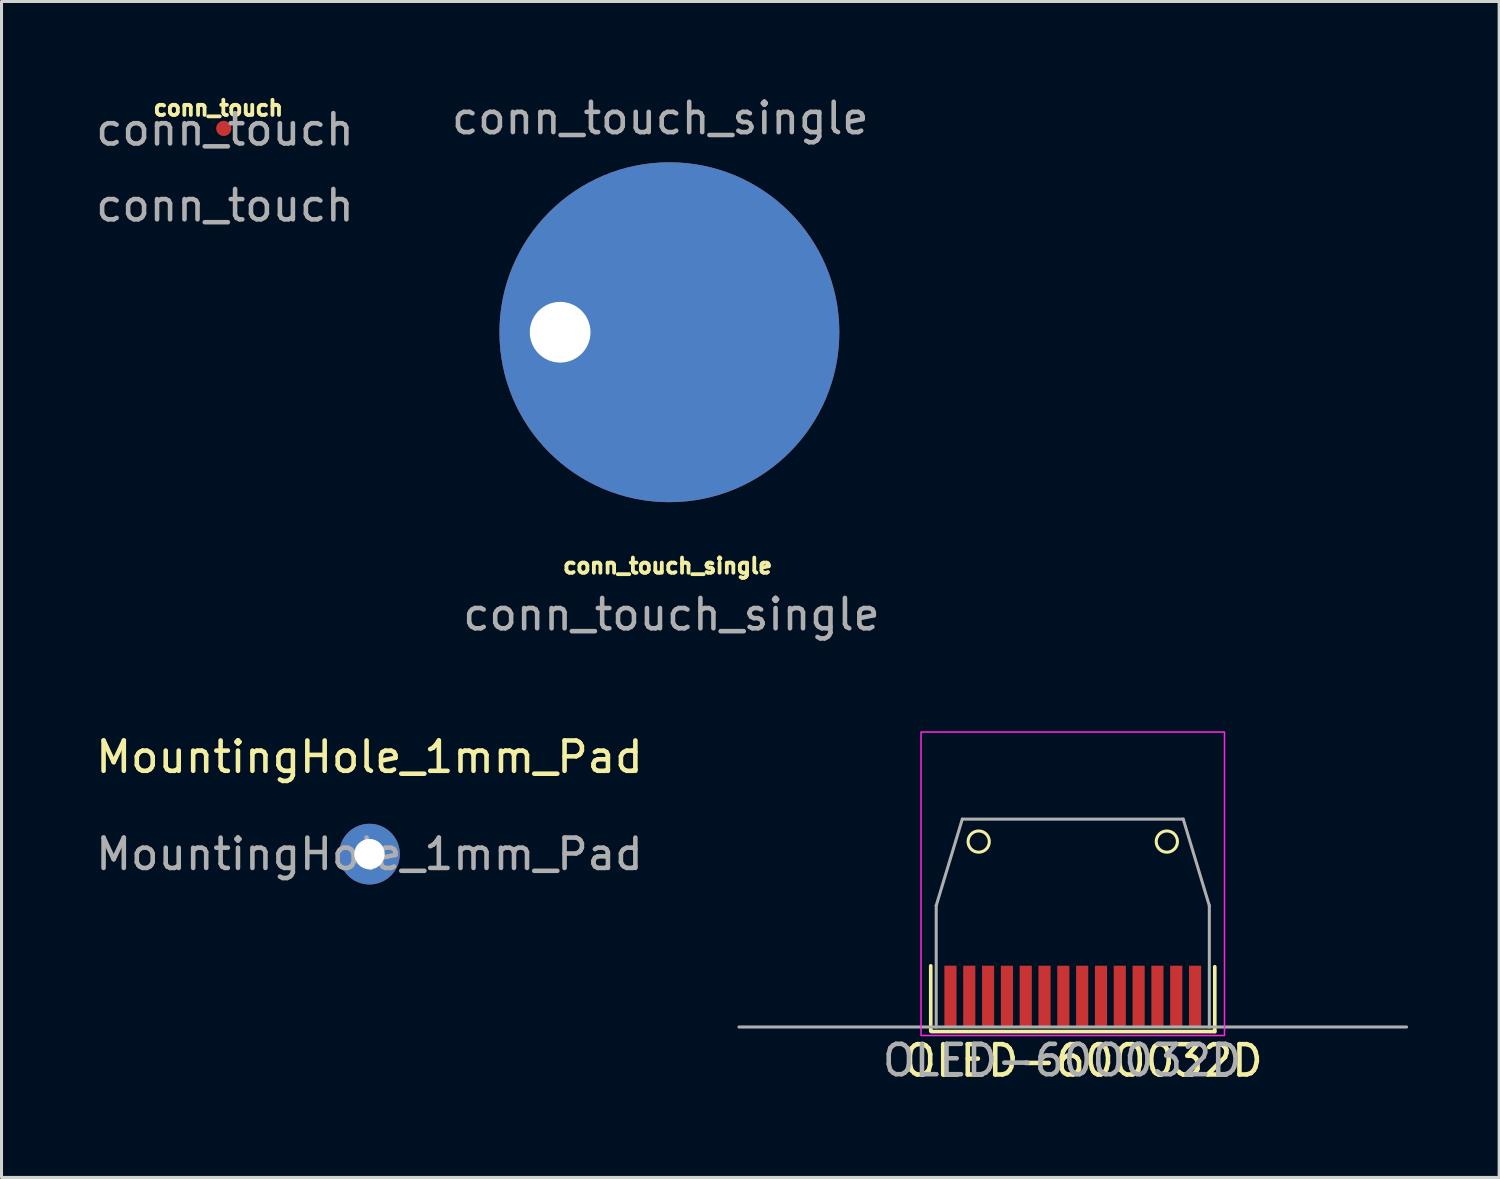
<source format=kicad_pcb>
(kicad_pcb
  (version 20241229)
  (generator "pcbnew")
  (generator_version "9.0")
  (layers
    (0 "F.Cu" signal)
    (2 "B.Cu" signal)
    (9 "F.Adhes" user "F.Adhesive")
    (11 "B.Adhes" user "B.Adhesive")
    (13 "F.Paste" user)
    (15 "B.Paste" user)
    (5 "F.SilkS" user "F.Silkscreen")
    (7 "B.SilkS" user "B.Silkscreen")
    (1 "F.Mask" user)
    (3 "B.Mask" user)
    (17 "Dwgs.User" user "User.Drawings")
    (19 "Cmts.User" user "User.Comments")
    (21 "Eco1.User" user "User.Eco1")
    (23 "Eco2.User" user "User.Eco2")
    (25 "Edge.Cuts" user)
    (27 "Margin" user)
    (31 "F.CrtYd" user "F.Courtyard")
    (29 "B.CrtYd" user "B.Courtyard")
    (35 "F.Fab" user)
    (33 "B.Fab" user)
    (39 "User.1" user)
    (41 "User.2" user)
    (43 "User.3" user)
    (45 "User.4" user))
  (footprint "conn_touch_single"
    (layer "F.Cu")
    (at 19.008 7.898)
    (property "Reference" "conn_touch_single" (at -0.06 7.7 0) (unlocked yes) (layer "F.SilkS") (effects (font (size 0.5 0.5) (thickness 0.125))))
    (attr smd)
    (fp_text user "${REFERENCE}" (at -0.3 -7.05 0) (unlocked yes) (layer "F.Fab") (effects (font (size 1 1) (thickness 0.15))))
    (fp_text user "${REFERENCE}" (at 0.07 9.3 0) (layer "F.Fab") (effects (font (size 1 1) (thickness 0.15))))
    (pad "1" thru_hole circle (at -3.6 0) (size 3 3) (drill 2) (layers "*.Cu" "*.Mask"))
    (pad "1" smd circle (at 0 0) (size 11.2 11.2) (layers "F.Cu" "F.Mask"))
    (pad "1" smd circle (at 0 0) (size 11.2 11.2) (layers "B.Cu" "B.Mask")))
  (footprint "conn_touch"
    (layer "F.Cu")
    (at 4.363 1.222)
    (property "Reference" "conn_touch" (at -0.22 -0.71 0) (unlocked yes) (layer "F.SilkS") (effects (font (size 0.5 0.5) (thickness 0.125))))
    (attr smd)
    (fp_text user "${REFERENCE}" (at 0 2.5 0) (unlocked yes) (layer "F.Fab") (effects (font (size 1 1) (thickness 0.15))))
    (fp_text user "${REFERENCE}" (at 0 0 0) (layer "F.Fab") (effects (font (size 1 1) (thickness 0.15))))
    (pad "1" smd circle (at -0.04 -0.04) (size 0.5 0.5) (layers "F.Cu" "F.Mask" "F.Paste")))
  (footprint "OLED-60O032D"
    (layer "F.Cu")
    (at 32.3 30.782)
    (property "Reference" "OLED-60O032D" (at 0.35 1.12 0) (layer "F.SilkS") (effects (font (size 1 1) (thickness 0.15))))
    (attr smd)
    (fp_line (start -4.68 -2.005) (end -4.68 0.145) (stroke (width 0.12) (type solid)) (layer "F.SilkS"))
    (fp_line (start -4.66 0.16) (end 4.68 0.16) (stroke (width 0.12) (type solid)) (layer "F.SilkS"))
    (fp_line (start 4.68 0.16) (end 4.68 -1.975) (stroke (width 0.12) (type solid)) (layer "F.SilkS"))
    (fp_circle (center -3.1 -6.1) (end -2.75 -6.1) (stroke (width 0.1) (type solid)) (fill no) (layer "F.SilkS"))
    (fp_circle (center 3.1 -6.1) (end 3.45 -6.1) (stroke (width 0.1) (type solid)) (fill no) (layer "F.SilkS"))
    (fp_rect (start -5 -9.71) (end 5 0.29) (stroke (width 0.05) (type default)) (fill no) (layer "F.CrtYd"))
    (fp_line (start -11 0.01) (end 11 0.01) (stroke (width 0.1) (type solid)) (layer "F.Fab"))
    (fp_line (start -4.5 -3.99) (end -3.64 -6.84) (stroke (width 0.1) (type solid)) (layer "F.Fab"))
    (fp_line (start -4.5 0.01) (end -4.5 -3.99) (stroke (width 0.1) (type solid)) (layer "F.Fab"))
    (fp_line (start -3.64 -6.84) (end 3.64 -6.84) (stroke (width 0.1) (type solid)) (layer "F.Fab"))
    (fp_line (start 4.5 -3.99) (end 3.64 -6.84) (stroke (width 0.1) (type solid)) (layer "F.Fab"))
    (fp_line (start 4.5 0.01) (end 4.5 -3.99) (stroke (width 0.1) (type solid)) (layer "F.Fab"))
    (fp_text user "${REFERENCE}" (at -0.35 1.11 0) (layer "F.Fab") (effects (font (size 1 1) (thickness 0.15))))
    (pad "1" smd rect (at -4.03 -1.01) (size 0.4 2) (layers "F.Cu" "F.Mask" "F.Paste"))
    (pad "2" smd rect (at -3.41 -1.01) (size 0.4 2) (layers "F.Cu" "F.Mask" "F.Paste"))
    (pad "3" smd rect (at -2.79 -1.01) (size 0.4 2) (layers "F.Cu" "F.Mask" "F.Paste"))
    (pad "4" smd rect (at -2.17 -1.01) (size 0.4 2) (layers "F.Cu" "F.Mask" "F.Paste"))
    (pad "5" smd rect (at -1.55 -1.01) (size 0.4 2) (layers "F.Cu" "F.Mask" "F.Paste"))
    (pad "6" smd rect (at -0.93 -1.01) (size 0.4 2) (layers "F.Cu" "F.Mask" "F.Paste"))
    (pad "7" smd rect (at -0.31 -1.01) (size 0.4 2) (layers "F.Cu" "F.Mask" "F.Paste"))
    (pad "8" smd rect (at 0.31 -1.01) (size 0.4 2) (layers "F.Cu" "F.Mask" "F.Paste"))
    (pad "9" smd rect (at 0.93 -1.01) (size 0.4 2) (layers "F.Cu" "F.Mask" "F.Paste"))
    (pad "10" smd rect (at 1.55 -1.01) (size 0.4 2) (layers "F.Cu" "F.Mask" "F.Paste"))
    (pad "11" smd rect (at 2.17 -1.01) (size 0.4 2) (layers "F.Cu" "F.Mask" "F.Paste"))
    (pad "12" smd rect (at 2.79 -1.01) (size 0.4 2) (layers "F.Cu" "F.Mask" "F.Paste"))
    (pad "13" smd rect (at 3.41 -1.01) (size 0.4 2) (layers "F.Cu" "F.Mask" "F.Paste"))
    (pad "14" smd rect (at 4.03 -1.01) (size 0.4 2) (layers "F.Cu" "F.Mask" "F.Paste")))
  (footprint "MountingHole_1mm_Pad"
    (layer "F.Cu")
    (at 9.125 25.095)
    (property "Reference" "MountingHole_1mm_Pad" (at 0 -3.2 0) (layer "F.SilkS") (effects (font (size 1 1) (thickness 0.15))))
    (attr exclude_from_pos_files exclude_from_bom)
    (fp_text user "${REFERENCE}" (at 0 0 0) (layer "F.Fab") (effects (font (size 1 1) (thickness 0.15))))
    (pad "1" thru_hole circle (at 0 0) (size 2 2) (drill 1) (layers "*.Cu" "*.Mask")))
  (gr_rect
    (start -3 -3)
    (end 46.35 35.75)
    (stroke (width 0.1) (type default))
    (fill no)
    (layer "Edge.Cuts")))
</source>
